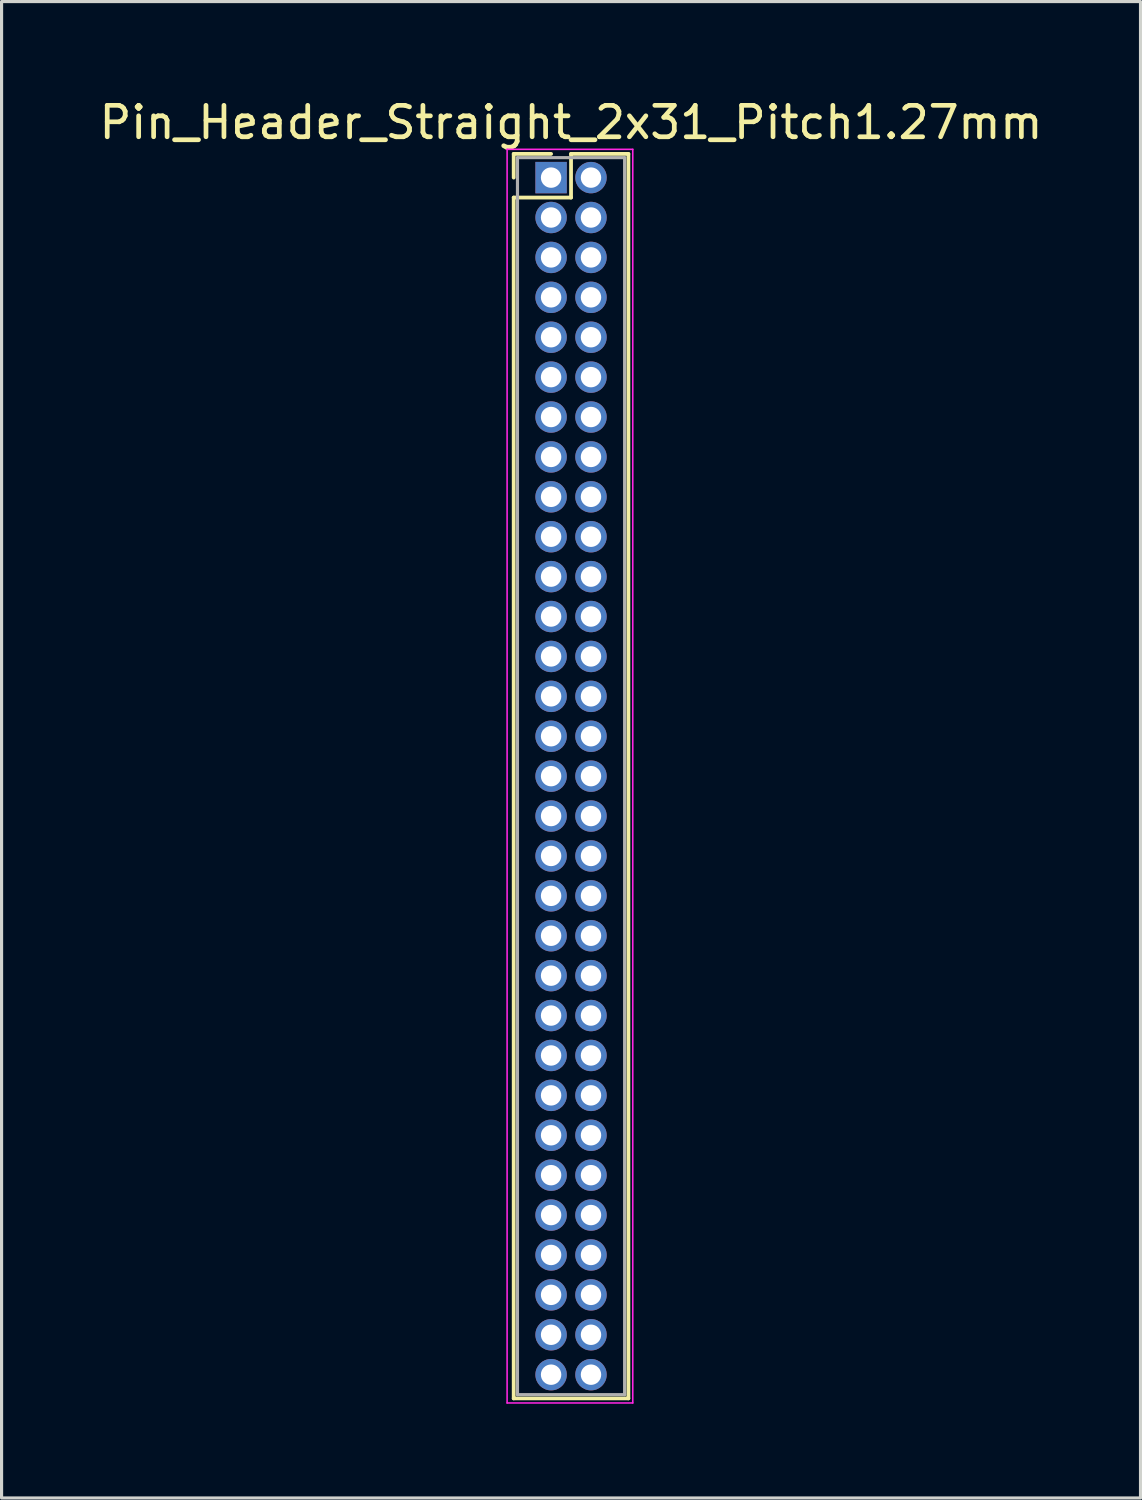
<source format=kicad_pcb>
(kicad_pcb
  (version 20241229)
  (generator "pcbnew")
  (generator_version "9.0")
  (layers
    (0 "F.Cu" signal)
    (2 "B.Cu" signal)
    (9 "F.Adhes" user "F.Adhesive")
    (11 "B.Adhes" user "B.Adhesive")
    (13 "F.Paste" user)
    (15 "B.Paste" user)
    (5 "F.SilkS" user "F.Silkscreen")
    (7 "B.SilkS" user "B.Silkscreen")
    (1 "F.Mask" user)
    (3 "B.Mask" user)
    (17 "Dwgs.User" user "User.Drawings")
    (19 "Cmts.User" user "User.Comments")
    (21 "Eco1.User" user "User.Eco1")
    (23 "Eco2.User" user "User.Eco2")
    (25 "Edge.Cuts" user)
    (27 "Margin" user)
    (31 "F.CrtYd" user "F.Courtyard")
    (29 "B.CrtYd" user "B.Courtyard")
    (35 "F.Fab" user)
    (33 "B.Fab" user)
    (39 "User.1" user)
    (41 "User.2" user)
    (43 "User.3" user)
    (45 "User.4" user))
  (footprint "Pin_Header_Straight_2x31_Pitch1.27mm"
    (layer "F.Cu")
    (at 14.49 2.603)
    (property "Reference" "Pin_Header_Straight_2x31_Pitch1.27mm" (at 0.635 -1.755 0) (layer "F.SilkS") (effects (font (size 1 1) (thickness 0.15))))
    (attr through_hole)
    (fp_line (start -1.19 -0.755) (end 0 -0.755) (stroke (width 0.12) (type solid)) (layer "F.SilkS"))
    (fp_line (start -1.19 0) (end -1.19 -0.755) (stroke (width 0.12) (type solid)) (layer "F.SilkS"))
    (fp_line (start -1.19 0.635) (end -1.19 38.855) (stroke (width 0.12) (type solid)) (layer "F.SilkS"))
    (fp_line (start -1.19 38.855) (end 2.46 38.855) (stroke (width 0.12) (type solid)) (layer "F.SilkS"))
    (fp_line (start 0.635 -0.755) (end 0.635 0.635) (stroke (width 0.12) (type solid)) (layer "F.SilkS"))
    (fp_line (start 0.635 0.635) (end -1.19 0.635) (stroke (width 0.12) (type solid)) (layer "F.SilkS"))
    (fp_line (start 2.46 -0.755) (end 0.635 -0.755) (stroke (width 0.12) (type solid)) (layer "F.SilkS"))
    (fp_line (start 2.46 38.855) (end 2.46 -0.755) (stroke (width 0.12) (type solid)) (layer "F.SilkS"))
    (fp_line (start -1.4 -0.9) (end -1.4 39) (stroke (width 0.05) (type solid)) (layer "F.CrtYd"))
    (fp_line (start -1.4 39) (end 2.6 39) (stroke (width 0.05) (type solid)) (layer "F.CrtYd"))
    (fp_line (start 2.6 -0.9) (end -1.4 -0.9) (stroke (width 0.05) (type solid)) (layer "F.CrtYd"))
    (fp_line (start 2.6 39) (end 2.6 -0.9) (stroke (width 0.05) (type solid)) (layer "F.CrtYd"))
    (fp_line (start -1.07 -0.635) (end -1.07 38.735) (stroke (width 0.1) (type solid)) (layer "F.Fab"))
    (fp_line (start -1.07 38.735) (end 2.34 38.735) (stroke (width 0.1) (type solid)) (layer "F.Fab"))
    (fp_line (start 2.34 -0.635) (end -1.07 -0.635) (stroke (width 0.1) (type solid)) (layer "F.Fab"))
    (fp_line (start 2.34 38.735) (end 2.34 -0.635) (stroke (width 0.1) (type solid)) (layer "F.Fab"))
    (pad "1" thru_hole rect (at 0 0) (size 1 1) (drill 0.65) (layers "*.Cu" "*.Mask"))
    (pad "2" thru_hole oval (at 1.27 0) (size 1 1) (drill 0.65) (layers "*.Cu" "*.Mask"))
    (pad "3" thru_hole oval (at 0 1.27) (size 1 1) (drill 0.65) (layers "*.Cu" "*.Mask"))
    (pad "4" thru_hole oval (at 1.27 1.27) (size 1 1) (drill 0.65) (layers "*.Cu" "*.Mask"))
    (pad "5" thru_hole oval (at 0 2.54) (size 1 1) (drill 0.65) (layers "*.Cu" "*.Mask"))
    (pad "6" thru_hole oval (at 1.27 2.54) (size 1 1) (drill 0.65) (layers "*.Cu" "*.Mask"))
    (pad "7" thru_hole oval (at 0 3.81) (size 1 1) (drill 0.65) (layers "*.Cu" "*.Mask"))
    (pad "8" thru_hole oval (at 1.27 3.81) (size 1 1) (drill 0.65) (layers "*.Cu" "*.Mask"))
    (pad "9" thru_hole oval (at 0 5.08) (size 1 1) (drill 0.65) (layers "*.Cu" "*.Mask"))
    (pad "10" thru_hole oval (at 1.27 5.08) (size 1 1) (drill 0.65) (layers "*.Cu" "*.Mask"))
    (pad "11" thru_hole oval (at 0 6.35) (size 1 1) (drill 0.65) (layers "*.Cu" "*.Mask"))
    (pad "12" thru_hole oval (at 1.27 6.35) (size 1 1) (drill 0.65) (layers "*.Cu" "*.Mask"))
    (pad "13" thru_hole oval (at 0 7.62) (size 1 1) (drill 0.65) (layers "*.Cu" "*.Mask"))
    (pad "14" thru_hole oval (at 1.27 7.62) (size 1 1) (drill 0.65) (layers "*.Cu" "*.Mask"))
    (pad "15" thru_hole oval (at 0 8.89) (size 1 1) (drill 0.65) (layers "*.Cu" "*.Mask"))
    (pad "16" thru_hole oval (at 1.27 8.89) (size 1 1) (drill 0.65) (layers "*.Cu" "*.Mask"))
    (pad "17" thru_hole oval (at 0 10.16) (size 1 1) (drill 0.65) (layers "*.Cu" "*.Mask"))
    (pad "18" thru_hole oval (at 1.27 10.16) (size 1 1) (drill 0.65) (layers "*.Cu" "*.Mask"))
    (pad "19" thru_hole oval (at 0 11.43) (size 1 1) (drill 0.65) (layers "*.Cu" "*.Mask"))
    (pad "20" thru_hole oval (at 1.27 11.43) (size 1 1) (drill 0.65) (layers "*.Cu" "*.Mask"))
    (pad "21" thru_hole oval (at 0 12.7) (size 1 1) (drill 0.65) (layers "*.Cu" "*.Mask"))
    (pad "22" thru_hole oval (at 1.27 12.7) (size 1 1) (drill 0.65) (layers "*.Cu" "*.Mask"))
    (pad "23" thru_hole oval (at 0 13.97) (size 1 1) (drill 0.65) (layers "*.Cu" "*.Mask"))
    (pad "24" thru_hole oval (at 1.27 13.97) (size 1 1) (drill 0.65) (layers "*.Cu" "*.Mask"))
    (pad "25" thru_hole oval (at 0 15.24) (size 1 1) (drill 0.65) (layers "*.Cu" "*.Mask"))
    (pad "26" thru_hole oval (at 1.27 15.24) (size 1 1) (drill 0.65) (layers "*.Cu" "*.Mask"))
    (pad "27" thru_hole oval (at 0 16.51) (size 1 1) (drill 0.65) (layers "*.Cu" "*.Mask"))
    (pad "28" thru_hole oval (at 1.27 16.51) (size 1 1) (drill 0.65) (layers "*.Cu" "*.Mask"))
    (pad "29" thru_hole oval (at 0 17.78) (size 1 1) (drill 0.65) (layers "*.Cu" "*.Mask"))
    (pad "30" thru_hole oval (at 1.27 17.78) (size 1 1) (drill 0.65) (layers "*.Cu" "*.Mask"))
    (pad "31" thru_hole oval (at 0 19.05) (size 1 1) (drill 0.65) (layers "*.Cu" "*.Mask"))
    (pad "32" thru_hole oval (at 1.27 19.05) (size 1 1) (drill 0.65) (layers "*.Cu" "*.Mask"))
    (pad "33" thru_hole oval (at 0 20.32) (size 1 1) (drill 0.65) (layers "*.Cu" "*.Mask"))
    (pad "34" thru_hole oval (at 1.27 20.32) (size 1 1) (drill 0.65) (layers "*.Cu" "*.Mask"))
    (pad "35" thru_hole oval (at 0 21.59) (size 1 1) (drill 0.65) (layers "*.Cu" "*.Mask"))
    (pad "36" thru_hole oval (at 1.27 21.59) (size 1 1) (drill 0.65) (layers "*.Cu" "*.Mask"))
    (pad "37" thru_hole oval (at 0 22.86) (size 1 1) (drill 0.65) (layers "*.Cu" "*.Mask"))
    (pad "38" thru_hole oval (at 1.27 22.86) (size 1 1) (drill 0.65) (layers "*.Cu" "*.Mask"))
    (pad "39" thru_hole oval (at 0 24.13) (size 1 1) (drill 0.65) (layers "*.Cu" "*.Mask"))
    (pad "40" thru_hole oval (at 1.27 24.13) (size 1 1) (drill 0.65) (layers "*.Cu" "*.Mask"))
    (pad "41" thru_hole oval (at 0 25.4) (size 1 1) (drill 0.65) (layers "*.Cu" "*.Mask"))
    (pad "42" thru_hole oval (at 1.27 25.4) (size 1 1) (drill 0.65) (layers "*.Cu" "*.Mask"))
    (pad "43" thru_hole oval (at 0 26.67) (size 1 1) (drill 0.65) (layers "*.Cu" "*.Mask"))
    (pad "44" thru_hole oval (at 1.27 26.67) (size 1 1) (drill 0.65) (layers "*.Cu" "*.Mask"))
    (pad "45" thru_hole oval (at 0 27.94) (size 1 1) (drill 0.65) (layers "*.Cu" "*.Mask"))
    (pad "46" thru_hole oval (at 1.27 27.94) (size 1 1) (drill 0.65) (layers "*.Cu" "*.Mask"))
    (pad "47" thru_hole oval (at 0 29.21) (size 1 1) (drill 0.65) (layers "*.Cu" "*.Mask"))
    (pad "48" thru_hole oval (at 1.27 29.21) (size 1 1) (drill 0.65) (layers "*.Cu" "*.Mask"))
    (pad "49" thru_hole oval (at 0 30.48) (size 1 1) (drill 0.65) (layers "*.Cu" "*.Mask"))
    (pad "50" thru_hole oval (at 1.27 30.48) (size 1 1) (drill 0.65) (layers "*.Cu" "*.Mask"))
    (pad "51" thru_hole oval (at 0 31.75) (size 1 1) (drill 0.65) (layers "*.Cu" "*.Mask"))
    (pad "52" thru_hole oval (at 1.27 31.75) (size 1 1) (drill 0.65) (layers "*.Cu" "*.Mask"))
    (pad "53" thru_hole oval (at 0 33.02) (size 1 1) (drill 0.65) (layers "*.Cu" "*.Mask"))
    (pad "54" thru_hole oval (at 1.27 33.02) (size 1 1) (drill 0.65) (layers "*.Cu" "*.Mask"))
    (pad "55" thru_hole oval (at 0 34.29) (size 1 1) (drill 0.65) (layers "*.Cu" "*.Mask"))
    (pad "56" thru_hole oval (at 1.27 34.29) (size 1 1) (drill 0.65) (layers "*.Cu" "*.Mask"))
    (pad "57" thru_hole oval (at 0 35.56) (size 1 1) (drill 0.65) (layers "*.Cu" "*.Mask"))
    (pad "58" thru_hole oval (at 1.27 35.56) (size 1 1) (drill 0.65) (layers "*.Cu" "*.Mask"))
    (pad "59" thru_hole oval (at 0 36.83) (size 1 1) (drill 0.65) (layers "*.Cu" "*.Mask"))
    (pad "60" thru_hole oval (at 1.27 36.83) (size 1 1) (drill 0.65) (layers "*.Cu" "*.Mask"))
    (pad "61" thru_hole oval (at 0 38.1) (size 1 1) (drill 0.65) (layers "*.Cu" "*.Mask"))
    (pad "62" thru_hole oval (at 1.27 38.1) (size 1 1) (drill 0.65) (layers "*.Cu" "*.Mask")))
  (gr_rect
    (start -3 -3)
    (end 33.25 44.628)
    (stroke (width 0.1) (type default))
    (fill no)
    (layer "Edge.Cuts")))
</source>
